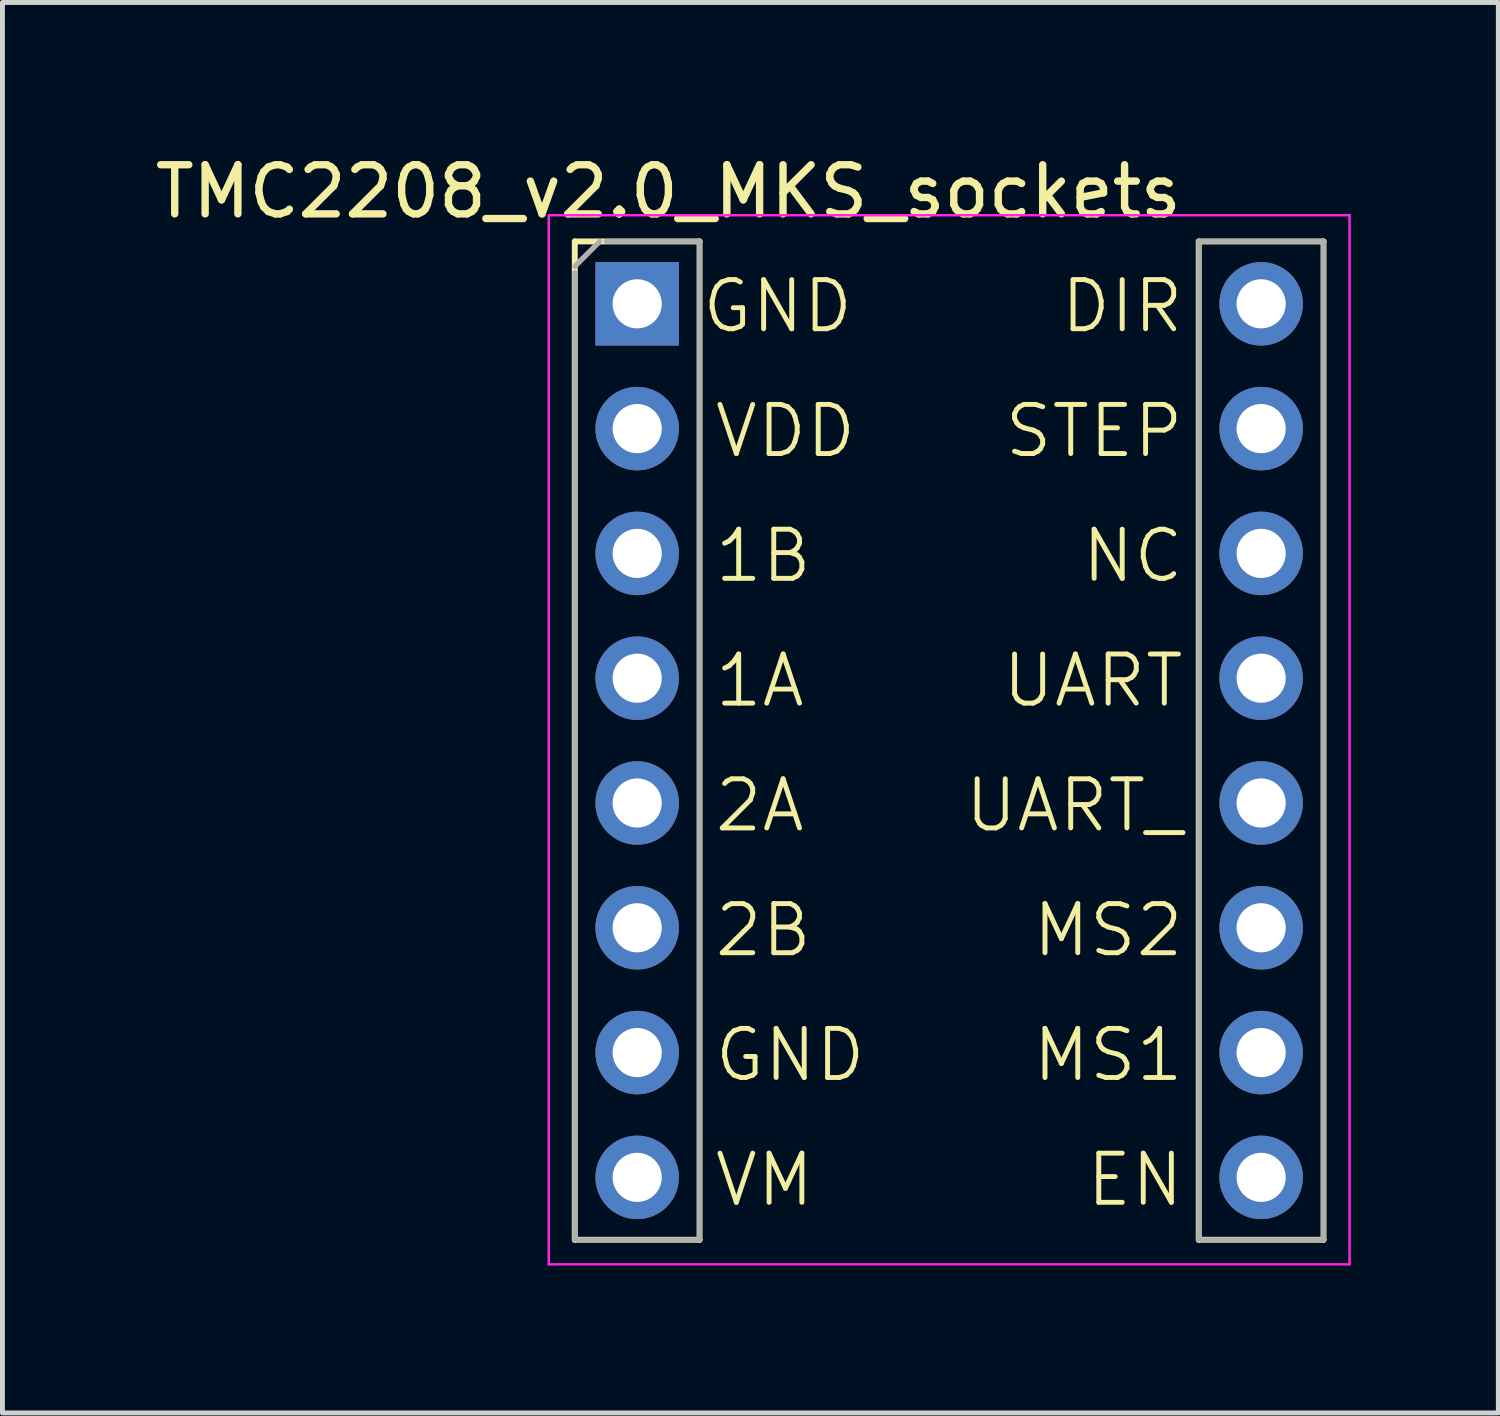
<source format=kicad_pcb>
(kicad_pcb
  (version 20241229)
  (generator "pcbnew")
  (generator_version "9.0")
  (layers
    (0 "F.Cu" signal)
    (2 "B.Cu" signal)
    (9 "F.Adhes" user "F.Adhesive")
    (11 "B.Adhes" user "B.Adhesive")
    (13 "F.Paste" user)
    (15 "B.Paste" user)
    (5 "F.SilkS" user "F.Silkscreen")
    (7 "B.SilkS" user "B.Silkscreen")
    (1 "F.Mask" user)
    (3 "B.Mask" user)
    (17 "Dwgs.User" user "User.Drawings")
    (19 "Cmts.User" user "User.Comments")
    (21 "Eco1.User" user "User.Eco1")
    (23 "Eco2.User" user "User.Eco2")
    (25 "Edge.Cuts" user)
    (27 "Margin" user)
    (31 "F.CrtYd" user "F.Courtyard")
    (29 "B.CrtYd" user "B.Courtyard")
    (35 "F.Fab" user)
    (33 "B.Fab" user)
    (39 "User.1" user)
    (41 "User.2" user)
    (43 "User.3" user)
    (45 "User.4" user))
  (footprint "TMC2208_v2.0_MKS_sockets"
    (layer "F.Cu")
    (at 9.919 3.134)
    (property "Reference" "TMC2208_v2.0_MKS_sockets" (at 0.635 -2.286 0) (layer "F.SilkS") (effects (font (size 1 1) (thickness 0.15))))
    (attr through_hole)
    (fp_line (start -1.27 -1.27) (end -1.27 19.05) (stroke (width 0.12) (type solid)) (layer "F.SilkS"))
    (fp_line (start -1.27 -1.27) (end 1.27 -1.27) (stroke (width 0.12) (type solid)) (layer "F.SilkS"))
    (fp_line (start -1.27 -0.762) (end -0.762 -1.27) (stroke (width 0.1) (type default)) (layer "F.SilkS"))
    (fp_line (start -1.27 19.05) (end 1.27 19.05) (stroke (width 0.12) (type solid)) (layer "F.SilkS"))
    (fp_line (start 1.27 -1.27) (end 1.27 19.05) (stroke (width 0.12) (type solid)) (layer "F.SilkS"))
    (fp_line (start 11.43 -1.27) (end 11.43 19.05) (stroke (width 0.12) (type solid)) (layer "F.SilkS"))
    (fp_line (start 11.43 -1.27) (end 13.97 -1.27) (stroke (width 0.12) (type solid)) (layer "F.SilkS"))
    (fp_line (start 11.43 19.05) (end 13.97 19.05) (stroke (width 0.12) (type solid)) (layer "F.SilkS"))
    (fp_line (start 13.97 -1.27) (end 13.97 19.05) (stroke (width 0.12) (type solid)) (layer "F.SilkS"))
    (fp_line (start -1.8 -1.8) (end -1.8 19.55) (stroke (width 0.05) (type solid)) (layer "F.CrtYd"))
    (fp_line (start -1.8 19.55) (end 14.5 19.55) (stroke (width 0.05) (type solid)) (layer "F.CrtYd"))
    (fp_line (start 14.5 19.547) (end 14.5 -1.803) (stroke (width 0.05) (type solid)) (layer "F.CrtYd"))
    (fp_line (start 14.503 -1.803) (end -1.797 -1.803) (stroke (width 0.05) (type solid)) (layer "F.CrtYd"))
    (fp_line (start -1.27 -0.762) (end -0.762 -1.27) (stroke (width 0.1) (type solid)) (layer "F.Fab"))
    (fp_line (start -1.27 19.05) (end -1.27 -0.635) (stroke (width 0.1) (type solid)) (layer "F.Fab"))
    (fp_line (start -0.635 -1.27) (end 1.27 -1.27) (stroke (width 0.1) (type solid)) (layer "F.Fab"))
    (fp_line (start 1.27 -1.27) (end 1.27 19.05) (stroke (width 0.1) (type solid)) (layer "F.Fab"))
    (fp_line (start 1.27 19.05) (end -1.27 19.05) (stroke (width 0.1) (type solid)) (layer "F.Fab"))
    (fp_line (start 11.43 -1.27) (end 11.43 19.05) (stroke (width 0.1) (type solid)) (layer "F.Fab"))
    (fp_line (start 13.97 -1.27) (end 11.43 -1.27) (stroke (width 0.1) (type solid)) (layer "F.Fab"))
    (fp_line (start 13.97 -1.27) (end 13.97 19.05) (stroke (width 0.1) (type solid)) (layer "F.Fab"))
    (fp_line (start 13.97 19.05) (end 11.43 19.05) (stroke (width 0.1) (type solid)) (layer "F.Fab"))
    (fp_text user "UART_" (at 11.176 10.795 0) (unlocked yes) (layer "F.SilkS") (effects (font (size 1 1) (thickness 0.1)) (justify right bottom)))
    (fp_text user "2A" (at 1.524 10.795 0) (unlocked yes) (layer "F.SilkS") (effects (font (size 1 1) (thickness 0.1)) (justify left bottom)))
    (fp_text user "1B" (at 1.524 5.715 0) (unlocked yes) (layer "F.SilkS") (effects (font (size 1 1) (thickness 0.1)) (justify left bottom)))
    (fp_text user "EN" (at 11.176 18.415 0) (unlocked yes) (layer "F.SilkS") (effects (font (size 1 1) (thickness 0.1)) (justify right bottom)))
    (fp_text user "DIR" (at 11.176 0.635 0) (unlocked yes) (layer "F.SilkS") (effects (font (size 1 1) (thickness 0.1)) (justify right bottom)))
    (fp_text user "1A" (at 1.524 8.255 0) (unlocked yes) (layer "F.SilkS") (effects (font (size 1 1) (thickness 0.1)) (justify left bottom)))
    (fp_text user "VM" (at 1.524 18.415 0) (unlocked yes) (layer "F.SilkS") (effects (font (size 1 1) (thickness 0.1)) (justify left bottom)))
    (fp_text user "MS1" (at 11.176 15.875 0) (unlocked yes) (layer "F.SilkS") (effects (font (size 1 1) (thickness 0.1)) (justify right bottom)))
    (fp_text user "MS2" (at 11.176 13.335 0) (unlocked yes) (layer "F.SilkS") (effects (font (size 1 1) (thickness 0.1)) (justify right bottom)))
    (fp_text user "NC" (at 11.176 5.715 0) (unlocked yes) (layer "F.SilkS") (effects (font (size 1 1) (thickness 0.1)) (justify right bottom)))
    (fp_text user "STEP" (at 11.176 3.175 0) (unlocked yes) (layer "F.SilkS") (effects (font (size 1 1) (thickness 0.1)) (justify right bottom)))
    (fp_text user "GND" (at 1.524 15.875 0) (unlocked yes) (layer "F.SilkS") (effects (font (size 1 1) (thickness 0.1)) (justify left bottom)))
    (fp_text user "VDD" (at 1.524 3.175 0) (unlocked yes) (layer "F.SilkS") (effects (font (size 1 1) (thickness 0.1)) (justify left bottom)))
    (fp_text user "GND" (at 1.27 0.635 0) (unlocked yes) (layer "F.SilkS") (effects (font (size 1 1) (thickness 0.1)) (justify left bottom)))
    (fp_text user "UART" (at 11.176 8.255 0) (unlocked yes) (layer "F.SilkS") (effects (font (size 1 1) (thickness 0.1)) (justify right bottom)))
    (fp_text user "2B" (at 1.524 13.335 0) (unlocked yes) (layer "F.SilkS") (effects (font (size 1 1) (thickness 0.1)) (justify left bottom)))
    (pad "1" thru_hole rect (at 0 0) (size 1.7 1.7) (drill 1) (layers "*.Cu" "*.Mask"))
    (pad "2" thru_hole oval (at 0 2.54) (size 1.7 1.7) (drill 1) (layers "*.Cu" "*.Mask"))
    (pad "3" thru_hole oval (at 0 5.08) (size 1.7 1.7) (drill 1) (layers "*.Cu" "*.Mask"))
    (pad "4" thru_hole oval (at 0 7.62) (size 1.7 1.7) (drill 1) (layers "*.Cu" "*.Mask"))
    (pad "5" thru_hole oval (at 0 10.16) (size 1.7 1.7) (drill 1) (layers "*.Cu" "*.Mask"))
    (pad "6" thru_hole oval (at 0 12.7) (size 1.7 1.7) (drill 1) (layers "*.Cu" "*.Mask"))
    (pad "7" thru_hole oval (at 0 15.24) (size 1.7 1.7) (drill 1) (layers "*.Cu" "*.Mask"))
    (pad "8" thru_hole oval (at 0 17.78) (size 1.7 1.7) (drill 1) (layers "*.Cu" "*.Mask"))
    (pad "9" thru_hole oval (at 12.7 17.78) (size 1.7 1.7) (drill 1) (layers "*.Cu" "*.Mask"))
    (pad "10" thru_hole oval (at 12.7 15.24) (size 1.7 1.7) (drill 1) (layers "*.Cu" "*.Mask"))
    (pad "11" thru_hole oval (at 12.7 12.7) (size 1.7 1.7) (drill 1) (layers "*.Cu" "*.Mask"))
    (pad "12" thru_hole oval (at 12.7 10.16) (size 1.7 1.7) (drill 1) (layers "*.Cu" "*.Mask"))
    (pad "13" thru_hole oval (at 12.7 7.62) (size 1.7 1.7) (drill 1) (layers "*.Cu" "*.Mask"))
    (pad "14" thru_hole oval (at 12.7 5.08) (size 1.7 1.7) (drill 1) (layers "*.Cu" "*.Mask"))
    (pad "15" thru_hole oval (at 12.7 2.54) (size 1.7 1.7) (drill 1) (layers "*.Cu" "*.Mask"))
    (pad "16" thru_hole oval (at 12.7 0) (size 1.7 1.7) (drill 1) (layers "*.Cu" "*.Mask")))
  (gr_rect
    (start -3 -3)
    (end 27.447 25.709)
    (stroke (width 0.1) (type default))
    (fill no)
    (layer "Edge.Cuts")))
</source>
